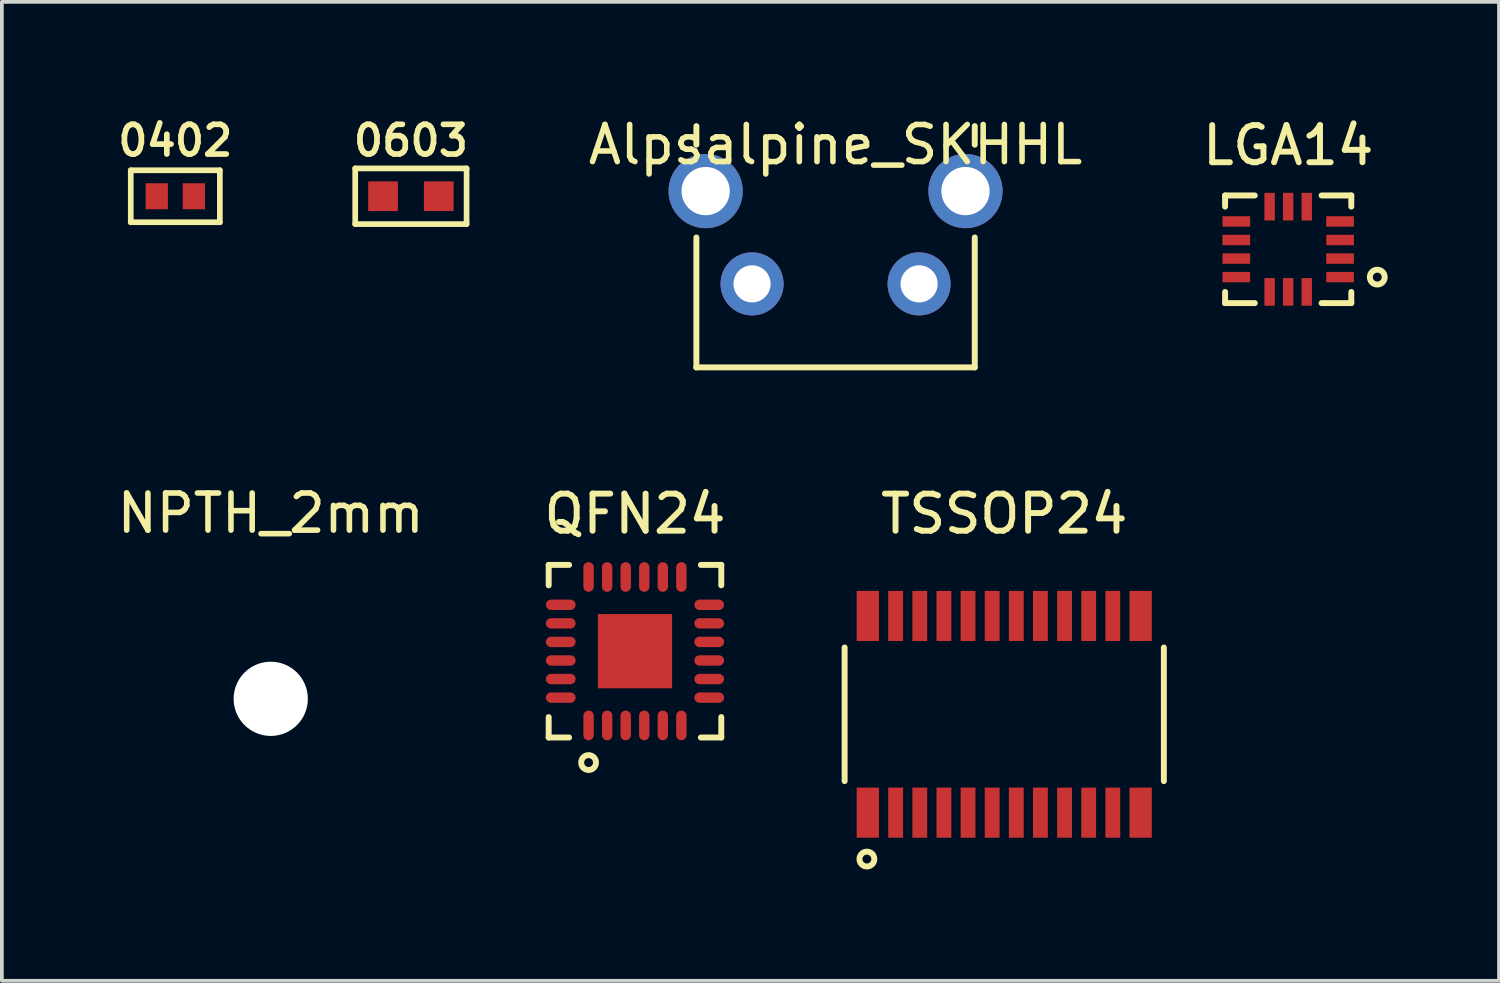
<source format=kicad_pcb>
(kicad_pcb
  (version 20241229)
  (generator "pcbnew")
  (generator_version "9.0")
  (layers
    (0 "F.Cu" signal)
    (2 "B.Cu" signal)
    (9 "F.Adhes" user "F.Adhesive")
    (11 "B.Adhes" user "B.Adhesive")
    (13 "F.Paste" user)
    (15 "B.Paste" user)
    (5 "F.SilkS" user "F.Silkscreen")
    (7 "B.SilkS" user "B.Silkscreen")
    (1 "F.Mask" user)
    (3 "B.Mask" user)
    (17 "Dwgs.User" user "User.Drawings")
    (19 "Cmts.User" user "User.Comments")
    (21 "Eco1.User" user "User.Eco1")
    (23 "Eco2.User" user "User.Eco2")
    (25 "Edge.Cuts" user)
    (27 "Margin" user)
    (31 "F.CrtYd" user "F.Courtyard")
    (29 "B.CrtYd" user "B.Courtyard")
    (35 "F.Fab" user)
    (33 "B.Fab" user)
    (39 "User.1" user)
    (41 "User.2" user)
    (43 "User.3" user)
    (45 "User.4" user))
  (footprint "0402"
    (layer "F.Cu")
    (at 1.673 2.237)
    (property "Reference" "0402" (at 0 -1.5 0) (layer "F.SilkS") (effects (font (size 0.8 0.8) (thickness 0.153))))
    (attr smd)
    (fp_line (start -1.2 -0.7) (end -1.2 0.7) (stroke (width 0.153) (type solid)) (layer "F.SilkS"))
    (fp_line (start -1.2 -0.7) (end 1.2 -0.7) (stroke (width 0.153) (type solid)) (layer "F.SilkS"))
    (fp_line (start -1.2 0.7) (end 1.2 0.7) (stroke (width 0.153) (type solid)) (layer "F.SilkS"))
    (fp_line (start 1.2 -0.7) (end 1.2 0.7) (stroke (width 0.153) (type solid)) (layer "F.SilkS"))
    (pad "1" smd rect (at -0.5 0) (size 0.6 0.7) (layers "F.Cu" "F.Mask" "F.Paste"))
    (pad "2" smd rect (at 0.5 0) (size 0.6 0.7) (layers "F.Cu" "F.Mask" "F.Paste")))
  (footprint "Alpsalpine_SKHHL"
    (layer "F.Cu")
    (at 19.461 4.598)
    (property "Reference" "Alpsalpine_SKHHL" (at 0 -3.75 0) (layer "F.SilkS") (effects (font (size 1 1) (thickness 0.15))))
    (attr through_hole)
    (fp_line (start -3.75 -3.75) (end -3.75 -4.25) (stroke (width 0.16) (type solid)) (layer "F.SilkS"))
    (fp_line (start -3.75 2.25) (end -3.75 -1.25) (stroke (width 0.16) (type solid)) (layer "F.SilkS"))
    (fp_line (start -3.75 2.25) (end 3.75 2.25) (stroke (width 0.16) (type solid)) (layer "F.SilkS"))
    (fp_line (start 3.75 -3.75) (end 3.75 -4.25) (stroke (width 0.16) (type solid)) (layer "F.SilkS"))
    (fp_line (start 3.75 2.25) (end 3.75 -1.25) (stroke (width 0.16) (type solid)) (layer "F.SilkS"))
    (pad "" thru_hole circle (at -3.5 -2.5) (size 2 2) (drill 1.3) (layers "*.Cu" "*.Mask"))
    (pad "" thru_hole circle (at 3.5 -2.5) (size 2 2) (drill 1.3) (layers "*.Cu" "*.Mask"))
    (pad "1" thru_hole circle (at 2.25 0) (size 1.7 1.7) (drill 1) (layers "*.Cu" "*.Mask"))
    (pad "2" thru_hole circle (at -2.25 0) (size 1.7 1.7) (drill 1) (layers "*.Cu" "*.Mask")))
  (footprint "NPTH_2mm"
    (layer "F.Cu")
    (at 4.244 15.777)
    (property "Reference" "NPTH_2mm" (at 0 -5 0) (layer "F.SilkS") (effects (font (size 1 1) (thickness 0.15))))
    (attr exclude_from_pos_files exclude_from_bom)
    (pad "" np_thru_hole circle (at 0 0) (size 2 2) (drill 2) (layers "*.Cu" "*.Mask")))
  (footprint "LGA14"
    (layer "F.Cu")
    (at 31.655 3.666)
    (property "Reference" "LGA14" (at 0 -2.8 0) (layer "F.SilkS") (effects (font (size 1 1) (thickness 0.16))))
    (attr smd)
    (fp_line (start -1.7 -1.45) (end -1.7 -1.15) (stroke (width 0.16) (type solid)) (layer "F.SilkS"))
    (fp_line (start -1.7 -1.45) (end -0.9 -1.45) (stroke (width 0.16) (type solid)) (layer "F.SilkS"))
    (fp_line (start -1.7 1.15) (end -1.7 1.45) (stroke (width 0.16) (type solid)) (layer "F.SilkS"))
    (fp_line (start -1.7 1.45) (end -0.9 1.45) (stroke (width 0.16) (type solid)) (layer "F.SilkS"))
    (fp_line (start 1.7 -1.45) (end 0.9 -1.45) (stroke (width 0.16) (type solid)) (layer "F.SilkS"))
    (fp_line (start 1.7 -1.15) (end 1.7 -1.45) (stroke (width 0.16) (type solid)) (layer "F.SilkS"))
    (fp_line (start 1.7 1.45) (end 0.9 1.45) (stroke (width 0.16) (type solid)) (layer "F.SilkS"))
    (fp_line (start 1.7 1.45) (end 1.7 1.15) (stroke (width 0.16) (type solid)) (layer "F.SilkS"))
    (fp_circle (center 2.4 0.75) (end 2.6 0.75) (stroke (width 0.16) (type solid)) (fill no) (layer "F.SilkS"))
    (pad "1" smd rect (at 1.398 0.75 180) (size 0.745 0.28) (layers "F.Cu" "F.Mask" "F.Paste"))
    (pad "2" smd rect (at 1.398 0.25 180) (size 0.745 0.28) (layers "F.Cu" "F.Mask" "F.Paste"))
    (pad "3" smd rect (at 1.398 -0.25 180) (size 0.745 0.28) (layers "F.Cu" "F.Mask" "F.Paste"))
    (pad "4" smd rect (at 1.398 -0.75 180) (size 0.745 0.28) (layers "F.Cu" "F.Mask" "F.Paste"))
    (pad "5" smd rect (at 0.5 -1.148 270) (size 0.745 0.28) (layers "F.Cu" "F.Mask" "F.Paste"))
    (pad "6" smd rect (at 0 -1.148 270) (size 0.745 0.28) (layers "F.Cu" "F.Mask" "F.Paste"))
    (pad "7" smd rect (at -0.5 -1.148 270) (size 0.745 0.28) (layers "F.Cu" "F.Mask" "F.Paste"))
    (pad "8" smd rect (at -1.398 -0.75 180) (size 0.745 0.28) (layers "F.Cu" "F.Mask" "F.Paste"))
    (pad "9" smd rect (at -1.398 -0.25 180) (size 0.745 0.28) (layers "F.Cu" "F.Mask" "F.Paste"))
    (pad "10" smd rect (at -1.398 0.25 180) (size 0.745 0.28) (layers "F.Cu" "F.Mask" "F.Paste"))
    (pad "11" smd rect (at -1.398 0.75 180) (size 0.745 0.28) (layers "F.Cu" "F.Mask" "F.Paste"))
    (pad "12" smd rect (at -0.5 1.148 270) (size 0.745 0.28) (layers "F.Cu" "F.Mask" "F.Paste"))
    (pad "13" smd rect (at 0 1.148 270) (size 0.745 0.28) (layers "F.Cu" "F.Mask" "F.Paste"))
    (pad "14" smd rect (at 0.5 1.148 270) (size 0.745 0.28) (layers "F.Cu" "F.Mask" "F.Paste")))
  (footprint "QFN24"
    (layer "F.Cu")
    (at 14.057 14.494)
    (property "Reference" "QFN24" (at 0 -3.7 0) (layer "F.SilkS") (effects (font (size 1 1) (thickness 0.16))))
    (attr smd)
    (fp_line (start -2.325 -2.325) (end -2.325 -1.775) (stroke (width 0.16) (type solid)) (layer "F.SilkS"))
    (fp_line (start -2.325 -2.325) (end -1.775 -2.325) (stroke (width 0.16) (type solid)) (layer "F.SilkS"))
    (fp_line (start -2.325 2.325) (end -2.325 1.775) (stroke (width 0.16) (type solid)) (layer "F.SilkS"))
    (fp_line (start -2.325 2.325) (end -1.775 2.325) (stroke (width 0.16) (type solid)) (layer "F.SilkS"))
    (fp_line (start 2.325 -2.325) (end 1.775 -2.325) (stroke (width 0.16) (type solid)) (layer "F.SilkS"))
    (fp_line (start 2.325 -2.325) (end 2.325 -1.775) (stroke (width 0.16) (type solid)) (layer "F.SilkS"))
    (fp_line (start 2.325 2.325) (end 1.775 2.325) (stroke (width 0.16) (type solid)) (layer "F.SilkS"))
    (fp_line (start 2.325 2.325) (end 2.325 1.775) (stroke (width 0.16) (type solid)) (layer "F.SilkS"))
    (fp_circle (center -1.25 3) (end -1.25 2.8) (stroke (width 0.16) (type solid)) (fill no) (layer "F.SilkS"))
    (pad "" smd rect (at 0 0) (size 2 2) (layers "F.Cu" "F.Mask" "F.Paste"))
    (pad "1" smd oval (at -1.25 2) (size 0.28 0.8) (layers "F.Cu" "F.Mask" "F.Paste"))
    (pad "2" smd oval (at -0.75 2) (size 0.28 0.8) (layers "F.Cu" "F.Mask" "F.Paste"))
    (pad "3" smd oval (at -0.25 2) (size 0.28 0.8) (layers "F.Cu" "F.Mask" "F.Paste"))
    (pad "4" smd oval (at 0.25 2) (size 0.28 0.8) (layers "F.Cu" "F.Mask" "F.Paste"))
    (pad "5" smd oval (at 0.75 2) (size 0.28 0.8) (layers "F.Cu" "F.Mask" "F.Paste"))
    (pad "6" smd oval (at 1.25 2) (size 0.28 0.8) (layers "F.Cu" "F.Mask" "F.Paste"))
    (pad "7" smd oval (at 2 1.25 90) (size 0.28 0.8) (layers "F.Cu" "F.Mask" "F.Paste"))
    (pad "8" smd oval (at 2 0.75 90) (size 0.28 0.8) (layers "F.Cu" "F.Mask" "F.Paste"))
    (pad "9" smd oval (at 2 0.25 90) (size 0.28 0.8) (layers "F.Cu" "F.Mask" "F.Paste"))
    (pad "10" smd oval (at 2 -0.25 90) (size 0.28 0.8) (layers "F.Cu" "F.Mask" "F.Paste"))
    (pad "11" smd oval (at 2 -0.75 90) (size 0.28 0.8) (layers "F.Cu" "F.Mask" "F.Paste"))
    (pad "12" smd oval (at 2 -1.25 90) (size 0.28 0.8) (layers "F.Cu" "F.Mask" "F.Paste"))
    (pad "13" smd oval (at 1.25 -2) (size 0.28 0.8) (layers "F.Cu" "F.Mask" "F.Paste"))
    (pad "14" smd oval (at 0.75 -2) (size 0.28 0.8) (layers "F.Cu" "F.Mask" "F.Paste"))
    (pad "15" smd oval (at 0.25 -2) (size 0.28 0.8) (layers "F.Cu" "F.Mask" "F.Paste"))
    (pad "16" smd oval (at -0.25 -2) (size 0.28 0.8) (layers "F.Cu" "F.Mask" "F.Paste"))
    (pad "17" smd oval (at -0.75 -2) (size 0.28 0.8) (layers "F.Cu" "F.Mask" "F.Paste"))
    (pad "18" smd oval (at -1.25 -2) (size 0.28 0.8) (layers "F.Cu" "F.Mask" "F.Paste"))
    (pad "19" smd oval (at -2 -1.25 90) (size 0.28 0.8) (layers "F.Cu" "F.Mask" "F.Paste"))
    (pad "20" smd oval (at -2 -0.75 90) (size 0.28 0.8) (layers "F.Cu" "F.Mask" "F.Paste"))
    (pad "21" smd oval (at -2 -0.25 90) (size 0.28 0.8) (layers "F.Cu" "F.Mask" "F.Paste"))
    (pad "22" smd oval (at -2 0.25 90) (size 0.28 0.8) (layers "F.Cu" "F.Mask" "F.Paste"))
    (pad "23" smd oval (at -2 0.75 90) (size 0.28 0.8) (layers "F.Cu" "F.Mask" "F.Paste"))
    (pad "24" smd oval (at -2 1.25 90) (size 0.28 0.8) (layers "F.Cu" "F.Mask" "F.Paste")))
  (footprint "0603"
    (layer "F.Cu")
    (at 8.02 2.237)
    (property "Reference" "0603" (at 0 -1.5 0) (layer "F.SilkS") (effects (font (size 0.8 0.8) (thickness 0.153))))
    (attr smd)
    (fp_line (start -1.5 -0.75) (end -1.5 0.75) (stroke (width 0.153) (type solid)) (layer "F.SilkS"))
    (fp_line (start -1.5 -0.75) (end 1.5 -0.75) (stroke (width 0.153) (type solid)) (layer "F.SilkS"))
    (fp_line (start -1.5 0.75) (end 1.5 0.75) (stroke (width 0.153) (type solid)) (layer "F.SilkS"))
    (fp_line (start 1.5 -0.75) (end 1.5 0.75) (stroke (width 0.153) (type solid)) (layer "F.SilkS"))
    (pad "1" smd rect (at -0.75 0) (size 0.8 0.8) (layers "F.Cu" "F.Mask" "F.Paste"))
    (pad "2" smd rect (at 0.75 0) (size 0.8 0.8) (layers "F.Cu" "F.Mask" "F.Paste")))
  (footprint "TSSOP24"
    (layer "F.Cu")
    (at 24.005 16.194)
    (property "Reference" "TSSOP24" (at 0 -5.4 0) (layer "F.SilkS") (effects (font (size 1 1) (thickness 0.16))))
    (attr smd)
    (fp_line (start -4.3 1.8) (end -4.3 -1.8) (stroke (width 0.16) (type solid)) (layer "F.SilkS"))
    (fp_line (start 4.3 1.8) (end 4.3 -1.8) (stroke (width 0.16) (type solid)) (layer "F.SilkS"))
    (fp_circle (center -3.7 3.9) (end -3.7 3.7) (stroke (width 0.16) (type solid)) (fill no) (layer "F.SilkS"))
    (pad "1" smd rect (at -3.675 2.65 90) (size 1.35 0.6) (layers "F.Cu" "F.Mask" "F.Paste"))
    (pad "2" smd rect (at -2.925 2.65 90) (size 1.35 0.4) (layers "F.Cu" "F.Mask" "F.Paste"))
    (pad "3" smd rect (at -2.275 2.65 90) (size 1.35 0.4) (layers "F.Cu" "F.Mask" "F.Paste"))
    (pad "4" smd rect (at -1.625 2.65 90) (size 1.35 0.4) (layers "F.Cu" "F.Mask" "F.Paste"))
    (pad "5" smd rect (at -0.975 2.65 90) (size 1.35 0.4) (layers "F.Cu" "F.Mask" "F.Paste"))
    (pad "6" smd rect (at -0.325 2.65 90) (size 1.35 0.4) (layers "F.Cu" "F.Mask" "F.Paste"))
    (pad "7" smd rect (at 0.325 2.65 90) (size 1.35 0.4) (layers "F.Cu" "F.Mask" "F.Paste"))
    (pad "8" smd rect (at 0.975 2.65 90) (size 1.35 0.4) (layers "F.Cu" "F.Mask" "F.Paste"))
    (pad "9" smd rect (at 1.625 2.65 90) (size 1.35 0.4) (layers "F.Cu" "F.Mask" "F.Paste"))
    (pad "10" smd rect (at 2.275 2.65 90) (size 1.35 0.4) (layers "F.Cu" "F.Mask" "F.Paste"))
    (pad "11" smd rect (at 2.925 2.65 90) (size 1.35 0.4) (layers "F.Cu" "F.Mask" "F.Paste"))
    (pad "12" smd rect (at 3.675 2.65 90) (size 1.35 0.6) (layers "F.Cu" "F.Mask" "F.Paste"))
    (pad "13" smd rect (at 3.675 -2.65 90) (size 1.35 0.6) (layers "F.Cu" "F.Mask" "F.Paste"))
    (pad "14" smd rect (at 2.925 -2.65 90) (size 1.35 0.4) (layers "F.Cu" "F.Mask" "F.Paste"))
    (pad "15" smd rect (at 2.275 -2.65 90) (size 1.35 0.4) (layers "F.Cu" "F.Mask" "F.Paste"))
    (pad "16" smd rect (at 1.625 -2.65 90) (size 1.35 0.4) (layers "F.Cu" "F.Mask" "F.Paste"))
    (pad "17" smd rect (at 0.975 -2.65 90) (size 1.35 0.4) (layers "F.Cu" "F.Mask" "F.Paste"))
    (pad "18" smd rect (at 0.325 -2.65 90) (size 1.35 0.4) (layers "F.Cu" "F.Mask" "F.Paste"))
    (pad "19" smd rect (at -0.325 -2.65 90) (size 1.35 0.4) (layers "F.Cu" "F.Mask" "F.Paste"))
    (pad "20" smd rect (at -0.975 -2.65 90) (size 1.35 0.4) (layers "F.Cu" "F.Mask" "F.Paste"))
    (pad "21" smd rect (at -1.625 -2.65 90) (size 1.35 0.4) (layers "F.Cu" "F.Mask" "F.Paste"))
    (pad "22" smd rect (at -2.275 -2.65 90) (size 1.35 0.4) (layers "F.Cu" "F.Mask" "F.Paste"))
    (pad "23" smd rect (at -2.925 -2.65 90) (size 1.35 0.4) (layers "F.Cu" "F.Mask" "F.Paste"))
    (pad "24" smd rect (at -3.675 -2.65 90) (size 1.35 0.6) (layers "F.Cu" "F.Mask" "F.Paste")))
  (gr_rect
    (start -3 -3)
    (end 37.335 23.374)
    (stroke (width 0.1) (type default))
    (fill no)
    (layer "Edge.Cuts")))
</source>
